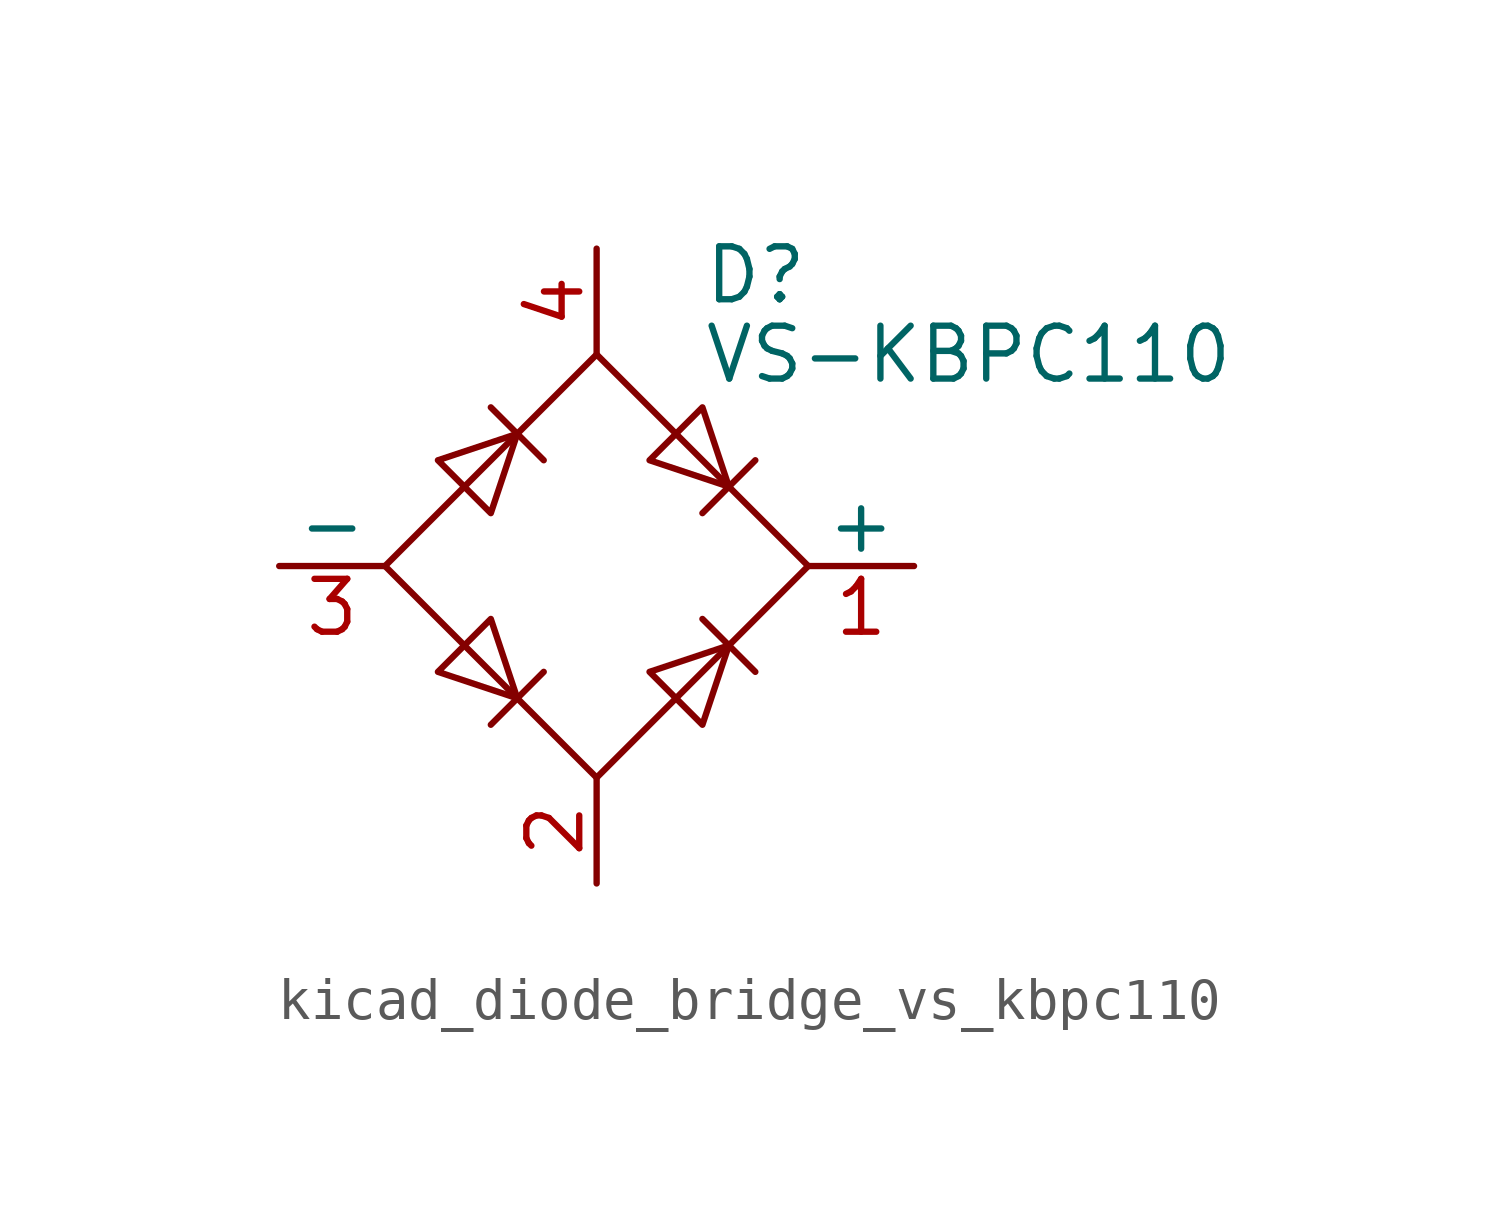
<source format=kicad_sym>
(kicad_symbol_lib
  (version 20220914)
  (generator kicad_symbol_editor)
  (symbol "kicad_diode_bridge_vs_kbpc110"
    (pin_names
      (offset 0))
    (property "Reference" "D"
      (at 2.54 6.985 0)
      (effects (font (size 1.27 1.27)) (justify left)))
    (property "Value" "VS-KBPC110"
      (at 2.54 5.08 0)
      (effects (font (size 1.27 1.27)) (justify left)))
    (symbol "kicad_diode_bridge_vs_kbpc110_0_1"
      (polyline (pts (xy -2.54 3.81) (xy -1.27 2.54)) (stroke (width 0) (type default)) (fill (type none)))
      (polyline (pts (xy -1.27 -2.54) (xy -2.54 -3.81)) (stroke (width 0) (type default)) (fill (type none)))
      (polyline (pts (xy 2.54 -1.27) (xy 3.81 -2.54)) (stroke (width 0) (type default)) (fill (type none)))
      (polyline (pts (xy 2.54 1.27) (xy 3.81 2.54)) (stroke (width 0) (type default)) (fill (type none)))
      (polyline (pts (xy -3.81 2.54) (xy -2.54 1.27) (xy -1.905 3.175) (xy -3.81 2.54)) (stroke (width 0) (type default)) (fill (type none)))
      (polyline (pts (xy -2.54 -1.27) (xy -3.81 -2.54) (xy -1.905 -3.175) (xy -2.54 -1.27)) (stroke (width 0) (type default)) (fill (type none)))
      (polyline (pts (xy 1.27 2.54) (xy 2.54 3.81) (xy 3.175 1.905) (xy 1.27 2.54)) (stroke (width 0) (type default)) (fill (type none)))
      (polyline (pts (xy 3.175 -1.905) (xy 1.27 -2.54) (xy 2.54 -3.81) (xy 3.175 -1.905)) (stroke (width 0) (type default)) (fill (type none)))
      (polyline (pts (xy -5.08 0) (xy 0 -5.08) (xy 5.08 0) (xy 0 5.08) (xy -5.08 0)) (stroke (width 0) (type default)) (fill (type none))))
    (symbol "kicad_diode_bridge_vs_kbpc110_1_1"
      (pin passive line (at 7.62 0 180) (length 2.54) (name "+" (effects (font (size 1.27 1.27)))) (number "1" (effects (font (size 1.27 1.27)))))
      (pin passive line (at 0 -7.62 90) (length 2.54) (name "~" (effects (font (size 1.27 1.27)))) (number "2" (effects (font (size 1.27 1.27)))))
      (pin passive line (at -7.62 0 0) (length 2.54) (name "-" (effects (font (size 1.27 1.27)))) (number "3" (effects (font (size 1.27 1.27)))))
      (pin passive line (at 0 7.62 270) (length 2.54) (name "~" (effects (font (size 1.27 1.27)))) (number "4" (effects (font (size 1.27 1.27))))))))
</source>
